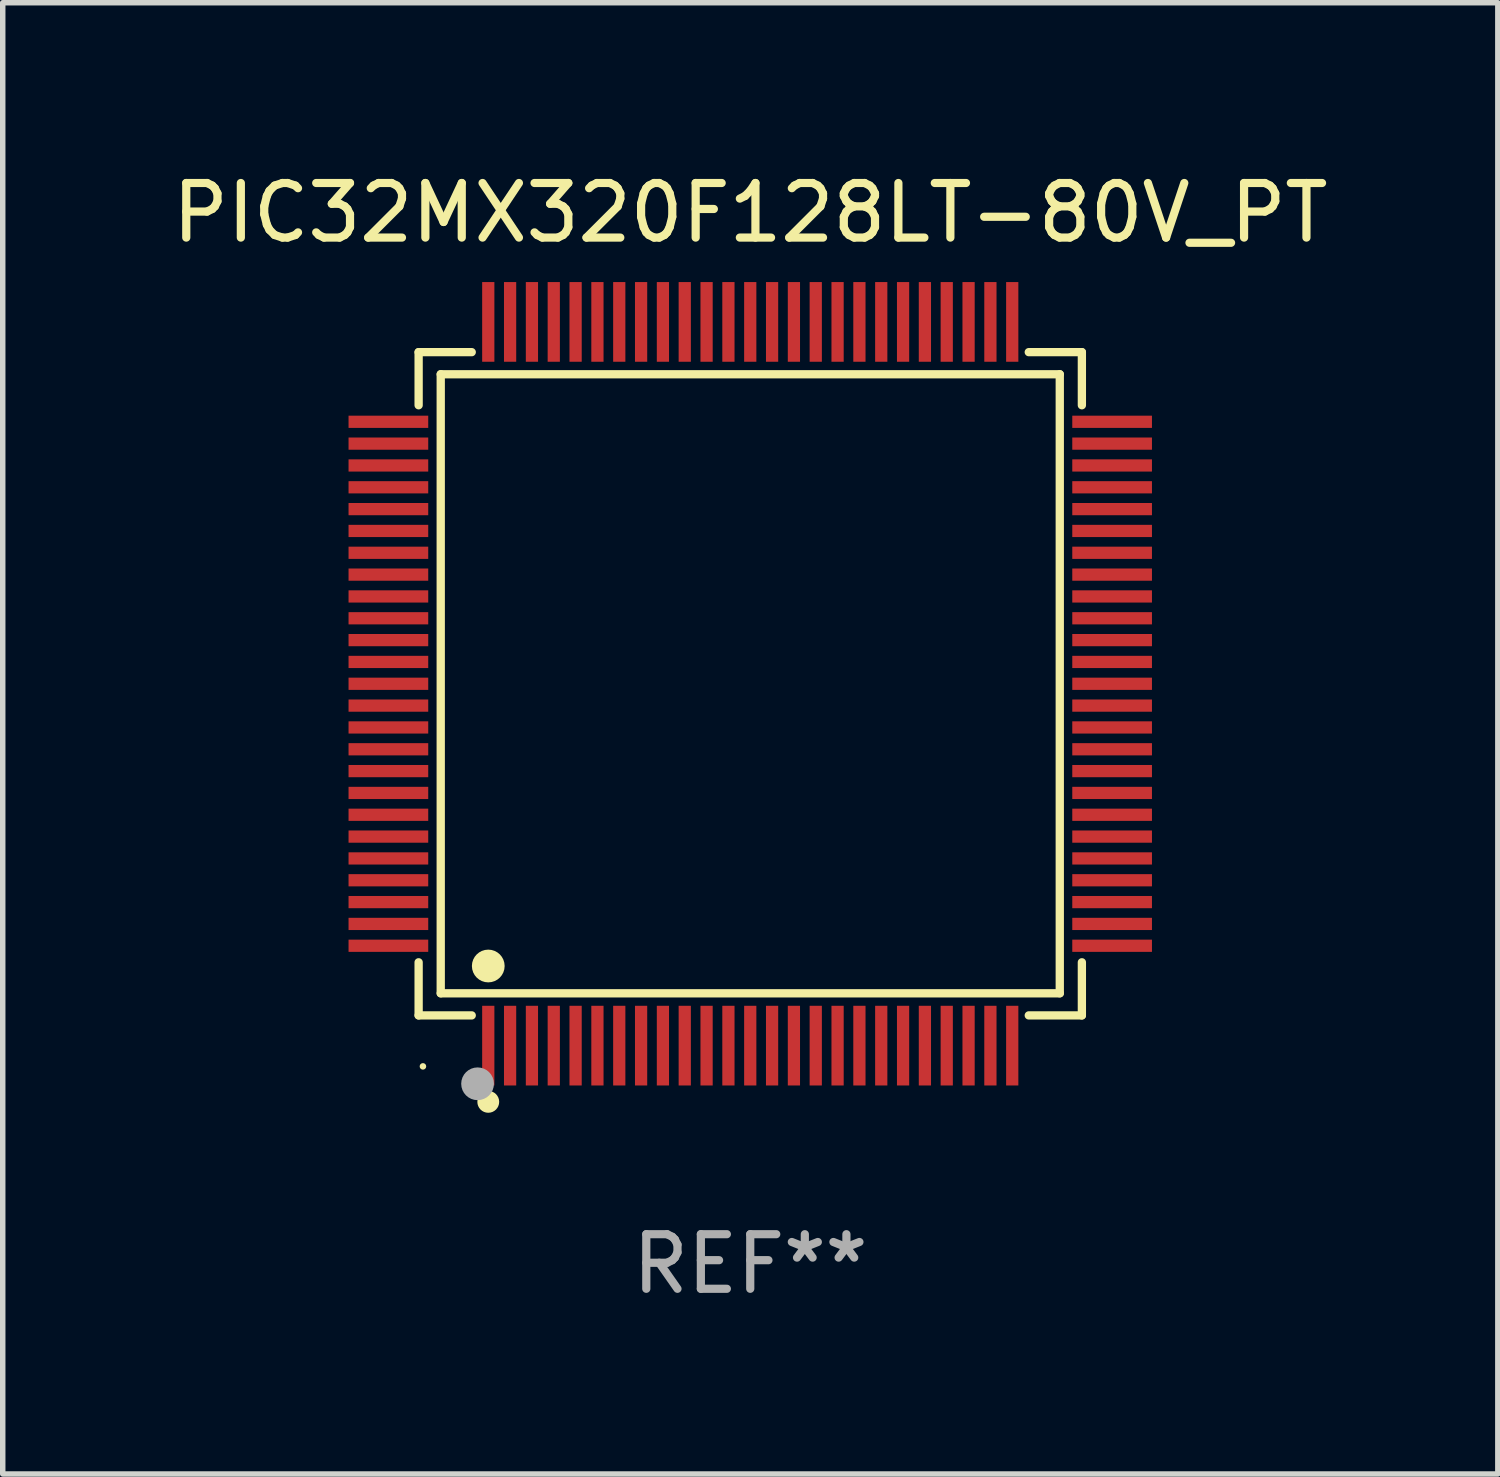
<source format=kicad_pcb>
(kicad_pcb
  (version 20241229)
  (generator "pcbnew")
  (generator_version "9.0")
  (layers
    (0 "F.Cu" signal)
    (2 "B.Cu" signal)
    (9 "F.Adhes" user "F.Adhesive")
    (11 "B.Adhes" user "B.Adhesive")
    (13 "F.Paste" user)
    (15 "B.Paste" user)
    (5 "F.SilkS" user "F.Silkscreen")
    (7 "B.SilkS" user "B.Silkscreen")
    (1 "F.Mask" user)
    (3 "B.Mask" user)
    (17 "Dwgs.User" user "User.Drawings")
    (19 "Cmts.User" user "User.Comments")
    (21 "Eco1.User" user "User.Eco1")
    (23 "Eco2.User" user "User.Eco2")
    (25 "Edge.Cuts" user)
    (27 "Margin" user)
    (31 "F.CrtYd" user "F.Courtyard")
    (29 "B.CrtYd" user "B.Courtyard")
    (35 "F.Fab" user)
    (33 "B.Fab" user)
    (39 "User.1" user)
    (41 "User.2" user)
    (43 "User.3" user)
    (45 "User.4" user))
  (footprint "PIC32MX320F128LT-80V_PT"
    (layer "F.Cu")
    (at 10.696 9.478)
    (property "Reference" "PIC32MX320F128LT-80V_PT" (at 0 -8.63 0) (layer "F.SilkS") (effects (font (size 1 1) (thickness 0.15))))
    (attr through_hole)
    (fp_line (start -6.076 -6.076) (end -5.103 -6.076) (stroke (width 0.152) (type solid)) (layer "F.SilkS"))
    (fp_line (start -6.076 -5.103) (end -6.076 -6.076) (stroke (width 0.152) (type solid)) (layer "F.SilkS"))
    (fp_line (start -6.076 5.103) (end -6.076 6.076) (stroke (width 0.152) (type solid)) (layer "F.SilkS"))
    (fp_line (start -6.076 6.076) (end -5.103 6.076) (stroke (width 0.152) (type solid)) (layer "F.SilkS"))
    (fp_line (start -5.671 -5.671) (end 5.671 -5.671) (stroke (width 0.152) (type solid)) (layer "F.SilkS"))
    (fp_line (start -5.671 5.671) (end -5.671 -5.671) (stroke (width 0.152) (type solid)) (layer "F.SilkS"))
    (fp_line (start 5.671 -5.671) (end 5.671 5.671) (stroke (width 0.152) (type solid)) (layer "F.SilkS"))
    (fp_line (start 5.671 5.671) (end -5.671 5.671) (stroke (width 0.152) (type solid)) (layer "F.SilkS"))
    (fp_line (start 6.076 -6.076) (end 5.103 -6.076) (stroke (width 0.152) (type solid)) (layer "F.SilkS"))
    (fp_line (start 6.076 -5.103) (end 6.076 -6.076) (stroke (width 0.152) (type solid)) (layer "F.SilkS"))
    (fp_line (start 6.076 5.103) (end 6.076 6.076) (stroke (width 0.152) (type solid)) (layer "F.SilkS"))
    (fp_line (start 6.076 6.076) (end 5.103 6.076) (stroke (width 0.152) (type solid)) (layer "F.SilkS"))
    (fp_circle (center -5.997 7.01) (end -5.967 7.01) (stroke (width 0.06) (type solid)) (fill no) (layer "F.SilkS"))
    (fp_circle (center -4.8 5.171) (end -4.65 5.171) (stroke (width 0.3) (type solid)) (fill no) (layer "F.SilkS"))
    (fp_circle (center -4.8 7.66) (end -4.7 7.66) (stroke (width 0.2) (type solid)) (fill no) (layer "F.SilkS"))
    (fp_circle (center -4.996 7.329) (end -4.846 7.329) (stroke (width 0.3) (type solid)) (fill no) (layer "F.Fab"))
    (fp_text user "REF**" (at 0 10.63 0) (layer "F.Fab") (effects (font (size 1 1) (thickness 0.15))))
    (pad "1" smd rect (at -4.8 6.63) (size 0.224 1.46) (layers "F.Cu" "F.Mask" "F.Paste"))
    (pad "2" smd rect (at -4.4 6.63) (size 0.224 1.46) (layers "F.Cu" "F.Mask" "F.Paste"))
    (pad "3" smd rect (at -4 6.63) (size 0.224 1.46) (layers "F.Cu" "F.Mask" "F.Paste"))
    (pad "4" smd rect (at -3.6 6.63) (size 0.224 1.46) (layers "F.Cu" "F.Mask" "F.Paste"))
    (pad "5" smd rect (at -3.2 6.63) (size 0.224 1.46) (layers "F.Cu" "F.Mask" "F.Paste"))
    (pad "6" smd rect (at -2.8 6.63) (size 0.224 1.46) (layers "F.Cu" "F.Mask" "F.Paste"))
    (pad "7" smd rect (at -2.4 6.63) (size 0.224 1.46) (layers "F.Cu" "F.Mask" "F.Paste"))
    (pad "8" smd rect (at -2 6.63) (size 0.224 1.46) (layers "F.Cu" "F.Mask" "F.Paste"))
    (pad "9" smd rect (at -1.6 6.63) (size 0.224 1.46) (layers "F.Cu" "F.Mask" "F.Paste"))
    (pad "10" smd rect (at -1.2 6.63) (size 0.224 1.46) (layers "F.Cu" "F.Mask" "F.Paste"))
    (pad "11" smd rect (at -0.8 6.63) (size 0.224 1.46) (layers "F.Cu" "F.Mask" "F.Paste"))
    (pad "12" smd rect (at -0.4 6.63) (size 0.224 1.46) (layers "F.Cu" "F.Mask" "F.Paste"))
    (pad "13" smd rect (at 0 6.63) (size 0.224 1.46) (layers "F.Cu" "F.Mask" "F.Paste"))
    (pad "14" smd rect (at 0.4 6.63) (size 0.224 1.46) (layers "F.Cu" "F.Mask" "F.Paste"))
    (pad "15" smd rect (at 0.8 6.63) (size 0.224 1.46) (layers "F.Cu" "F.Mask" "F.Paste"))
    (pad "16" smd rect (at 1.2 6.63) (size 0.224 1.46) (layers "F.Cu" "F.Mask" "F.Paste"))
    (pad "17" smd rect (at 1.6 6.63) (size 0.224 1.46) (layers "F.Cu" "F.Mask" "F.Paste"))
    (pad "18" smd rect (at 2 6.63) (size 0.224 1.46) (layers "F.Cu" "F.Mask" "F.Paste"))
    (pad "19" smd rect (at 2.4 6.63) (size 0.224 1.46) (layers "F.Cu" "F.Mask" "F.Paste"))
    (pad "20" smd rect (at 2.8 6.63) (size 0.224 1.46) (layers "F.Cu" "F.Mask" "F.Paste"))
    (pad "21" smd rect (at 3.2 6.63) (size 0.224 1.46) (layers "F.Cu" "F.Mask" "F.Paste"))
    (pad "22" smd rect (at 3.6 6.63) (size 0.224 1.46) (layers "F.Cu" "F.Mask" "F.Paste"))
    (pad "23" smd rect (at 4 6.63) (size 0.224 1.46) (layers "F.Cu" "F.Mask" "F.Paste"))
    (pad "24" smd rect (at 4.4 6.63) (size 0.224 1.46) (layers "F.Cu" "F.Mask" "F.Paste"))
    (pad "25" smd rect (at 4.8 6.63) (size 0.224 1.46) (layers "F.Cu" "F.Mask" "F.Paste"))
    (pad "26" smd rect (at 6.63 4.8) (size 1.46 0.224) (layers "F.Cu" "F.Mask" "F.Paste"))
    (pad "27" smd rect (at 6.63 4.4) (size 1.46 0.224) (layers "F.Cu" "F.Mask" "F.Paste"))
    (pad "28" smd rect (at 6.63 4) (size 1.46 0.224) (layers "F.Cu" "F.Mask" "F.Paste"))
    (pad "29" smd rect (at 6.63 3.6) (size 1.46 0.224) (layers "F.Cu" "F.Mask" "F.Paste"))
    (pad "30" smd rect (at 6.63 3.2) (size 1.46 0.224) (layers "F.Cu" "F.Mask" "F.Paste"))
    (pad "31" smd rect (at 6.63 2.8) (size 1.46 0.224) (layers "F.Cu" "F.Mask" "F.Paste"))
    (pad "32" smd rect (at 6.63 2.4) (size 1.46 0.224) (layers "F.Cu" "F.Mask" "F.Paste"))
    (pad "33" smd rect (at 6.63 2) (size 1.46 0.224) (layers "F.Cu" "F.Mask" "F.Paste"))
    (pad "34" smd rect (at 6.63 1.6) (size 1.46 0.224) (layers "F.Cu" "F.Mask" "F.Paste"))
    (pad "35" smd rect (at 6.63 1.2) (size 1.46 0.224) (layers "F.Cu" "F.Mask" "F.Paste"))
    (pad "36" smd rect (at 6.63 0.8) (size 1.46 0.224) (layers "F.Cu" "F.Mask" "F.Paste"))
    (pad "37" smd rect (at 6.63 0.4) (size 1.46 0.224) (layers "F.Cu" "F.Mask" "F.Paste"))
    (pad "38" smd rect (at 6.63 0) (size 1.46 0.224) (layers "F.Cu" "F.Mask" "F.Paste"))
    (pad "39" smd rect (at 6.63 -0.4) (size 1.46 0.224) (layers "F.Cu" "F.Mask" "F.Paste"))
    (pad "40" smd rect (at 6.63 -0.8) (size 1.46 0.224) (layers "F.Cu" "F.Mask" "F.Paste"))
    (pad "41" smd rect (at 6.63 -1.2) (size 1.46 0.224) (layers "F.Cu" "F.Mask" "F.Paste"))
    (pad "42" smd rect (at 6.63 -1.6) (size 1.46 0.224) (layers "F.Cu" "F.Mask" "F.Paste"))
    (pad "43" smd rect (at 6.63 -2) (size 1.46 0.224) (layers "F.Cu" "F.Mask" "F.Paste"))
    (pad "44" smd rect (at 6.63 -2.4) (size 1.46 0.224) (layers "F.Cu" "F.Mask" "F.Paste"))
    (pad "45" smd rect (at 6.63 -2.8) (size 1.46 0.224) (layers "F.Cu" "F.Mask" "F.Paste"))
    (pad "46" smd rect (at 6.63 -3.2) (size 1.46 0.224) (layers "F.Cu" "F.Mask" "F.Paste"))
    (pad "47" smd rect (at 6.63 -3.6) (size 1.46 0.224) (layers "F.Cu" "F.Mask" "F.Paste"))
    (pad "48" smd rect (at 6.63 -4) (size 1.46 0.224) (layers "F.Cu" "F.Mask" "F.Paste"))
    (pad "49" smd rect (at 6.63 -4.4) (size 1.46 0.224) (layers "F.Cu" "F.Mask" "F.Paste"))
    (pad "50" smd rect (at 6.63 -4.8) (size 1.46 0.224) (layers "F.Cu" "F.Mask" "F.Paste"))
    (pad "51" smd rect (at 4.8 -6.63) (size 0.224 1.46) (layers "F.Cu" "F.Mask" "F.Paste"))
    (pad "52" smd rect (at 4.4 -6.63) (size 0.224 1.46) (layers "F.Cu" "F.Mask" "F.Paste"))
    (pad "53" smd rect (at 4 -6.63) (size 0.224 1.46) (layers "F.Cu" "F.Mask" "F.Paste"))
    (pad "54" smd rect (at 3.6 -6.63) (size 0.224 1.46) (layers "F.Cu" "F.Mask" "F.Paste"))
    (pad "55" smd rect (at 3.2 -6.63) (size 0.224 1.46) (layers "F.Cu" "F.Mask" "F.Paste"))
    (pad "56" smd rect (at 2.8 -6.63) (size 0.224 1.46) (layers "F.Cu" "F.Mask" "F.Paste"))
    (pad "57" smd rect (at 2.4 -6.63) (size 0.224 1.46) (layers "F.Cu" "F.Mask" "F.Paste"))
    (pad "58" smd rect (at 2 -6.63) (size 0.224 1.46) (layers "F.Cu" "F.Mask" "F.Paste"))
    (pad "59" smd rect (at 1.6 -6.63) (size 0.224 1.46) (layers "F.Cu" "F.Mask" "F.Paste"))
    (pad "60" smd rect (at 1.2 -6.63) (size 0.224 1.46) (layers "F.Cu" "F.Mask" "F.Paste"))
    (pad "61" smd rect (at 0.8 -6.63) (size 0.224 1.46) (layers "F.Cu" "F.Mask" "F.Paste"))
    (pad "62" smd rect (at 0.4 -6.63) (size 0.224 1.46) (layers "F.Cu" "F.Mask" "F.Paste"))
    (pad "63" smd rect (at 0 -6.63) (size 0.224 1.46) (layers "F.Cu" "F.Mask" "F.Paste"))
    (pad "64" smd rect (at -0.4 -6.63) (size 0.224 1.46) (layers "F.Cu" "F.Mask" "F.Paste"))
    (pad "65" smd rect (at -0.8 -6.63) (size 0.224 1.46) (layers "F.Cu" "F.Mask" "F.Paste"))
    (pad "66" smd rect (at -1.2 -6.63) (size 0.224 1.46) (layers "F.Cu" "F.Mask" "F.Paste"))
    (pad "67" smd rect (at -1.6 -6.63) (size 0.224 1.46) (layers "F.Cu" "F.Mask" "F.Paste"))
    (pad "68" smd rect (at -2 -6.63) (size 0.224 1.46) (layers "F.Cu" "F.Mask" "F.Paste"))
    (pad "69" smd rect (at -2.4 -6.63) (size 0.224 1.46) (layers "F.Cu" "F.Mask" "F.Paste"))
    (pad "70" smd rect (at -2.8 -6.63) (size 0.224 1.46) (layers "F.Cu" "F.Mask" "F.Paste"))
    (pad "71" smd rect (at -3.2 -6.63) (size 0.224 1.46) (layers "F.Cu" "F.Mask" "F.Paste"))
    (pad "72" smd rect (at -3.6 -6.63) (size 0.224 1.46) (layers "F.Cu" "F.Mask" "F.Paste"))
    (pad "73" smd rect (at -4 -6.63) (size 0.224 1.46) (layers "F.Cu" "F.Mask" "F.Paste"))
    (pad "74" smd rect (at -4.4 -6.63) (size 0.224 1.46) (layers "F.Cu" "F.Mask" "F.Paste"))
    (pad "75" smd rect (at -4.8 -6.63) (size 0.224 1.46) (layers "F.Cu" "F.Mask" "F.Paste"))
    (pad "76" smd rect (at -6.63 -4.8) (size 1.46 0.224) (layers "F.Cu" "F.Mask" "F.Paste"))
    (pad "77" smd rect (at -6.63 -4.4) (size 1.46 0.224) (layers "F.Cu" "F.Mask" "F.Paste"))
    (pad "78" smd rect (at -6.63 -4) (size 1.46 0.224) (layers "F.Cu" "F.Mask" "F.Paste"))
    (pad "79" smd rect (at -6.63 -3.6) (size 1.46 0.224) (layers "F.Cu" "F.Mask" "F.Paste"))
    (pad "80" smd rect (at -6.63 -3.2) (size 1.46 0.224) (layers "F.Cu" "F.Mask" "F.Paste"))
    (pad "81" smd rect (at -6.63 -2.8) (size 1.46 0.224) (layers "F.Cu" "F.Mask" "F.Paste"))
    (pad "82" smd rect (at -6.63 -2.4) (size 1.46 0.224) (layers "F.Cu" "F.Mask" "F.Paste"))
    (pad "83" smd rect (at -6.63 -2) (size 1.46 0.224) (layers "F.Cu" "F.Mask" "F.Paste"))
    (pad "84" smd rect (at -6.63 -1.6) (size 1.46 0.224) (layers "F.Cu" "F.Mask" "F.Paste"))
    (pad "85" smd rect (at -6.63 -1.2) (size 1.46 0.224) (layers "F.Cu" "F.Mask" "F.Paste"))
    (pad "86" smd rect (at -6.63 -0.8) (size 1.46 0.224) (layers "F.Cu" "F.Mask" "F.Paste"))
    (pad "87" smd rect (at -6.63 -0.4) (size 1.46 0.224) (layers "F.Cu" "F.Mask" "F.Paste"))
    (pad "88" smd rect (at -6.63 0) (size 1.46 0.224) (layers "F.Cu" "F.Mask" "F.Paste"))
    (pad "89" smd rect (at -6.63 0.4) (size 1.46 0.224) (layers "F.Cu" "F.Mask" "F.Paste"))
    (pad "90" smd rect (at -6.63 0.8) (size 1.46 0.224) (layers "F.Cu" "F.Mask" "F.Paste"))
    (pad "91" smd rect (at -6.63 1.2) (size 1.46 0.224) (layers "F.Cu" "F.Mask" "F.Paste"))
    (pad "92" smd rect (at -6.63 1.6) (size 1.46 0.224) (layers "F.Cu" "F.Mask" "F.Paste"))
    (pad "93" smd rect (at -6.63 2) (size 1.46 0.224) (layers "F.Cu" "F.Mask" "F.Paste"))
    (pad "94" smd rect (at -6.63 2.4) (size 1.46 0.224) (layers "F.Cu" "F.Mask" "F.Paste"))
    (pad "95" smd rect (at -6.63 2.8) (size 1.46 0.224) (layers "F.Cu" "F.Mask" "F.Paste"))
    (pad "96" smd rect (at -6.63 3.2) (size 1.46 0.224) (layers "F.Cu" "F.Mask" "F.Paste"))
    (pad "97" smd rect (at -6.63 3.6) (size 1.46 0.224) (layers "F.Cu" "F.Mask" "F.Paste"))
    (pad "98" smd rect (at -6.63 4) (size 1.46 0.224) (layers "F.Cu" "F.Mask" "F.Paste"))
    (pad "99" smd rect (at -6.63 4.4) (size 1.46 0.224) (layers "F.Cu" "F.Mask" "F.Paste"))
    (pad "100" smd rect (at -6.63 4.8) (size 1.46 0.224) (layers "F.Cu" "F.Mask" "F.Paste")))
  (gr_rect
    (start -3 -3)
    (end 24.393 23.956)
    (stroke (width 0.1) (type default))
    (fill no)
    (layer "Edge.Cuts")))
</source>
